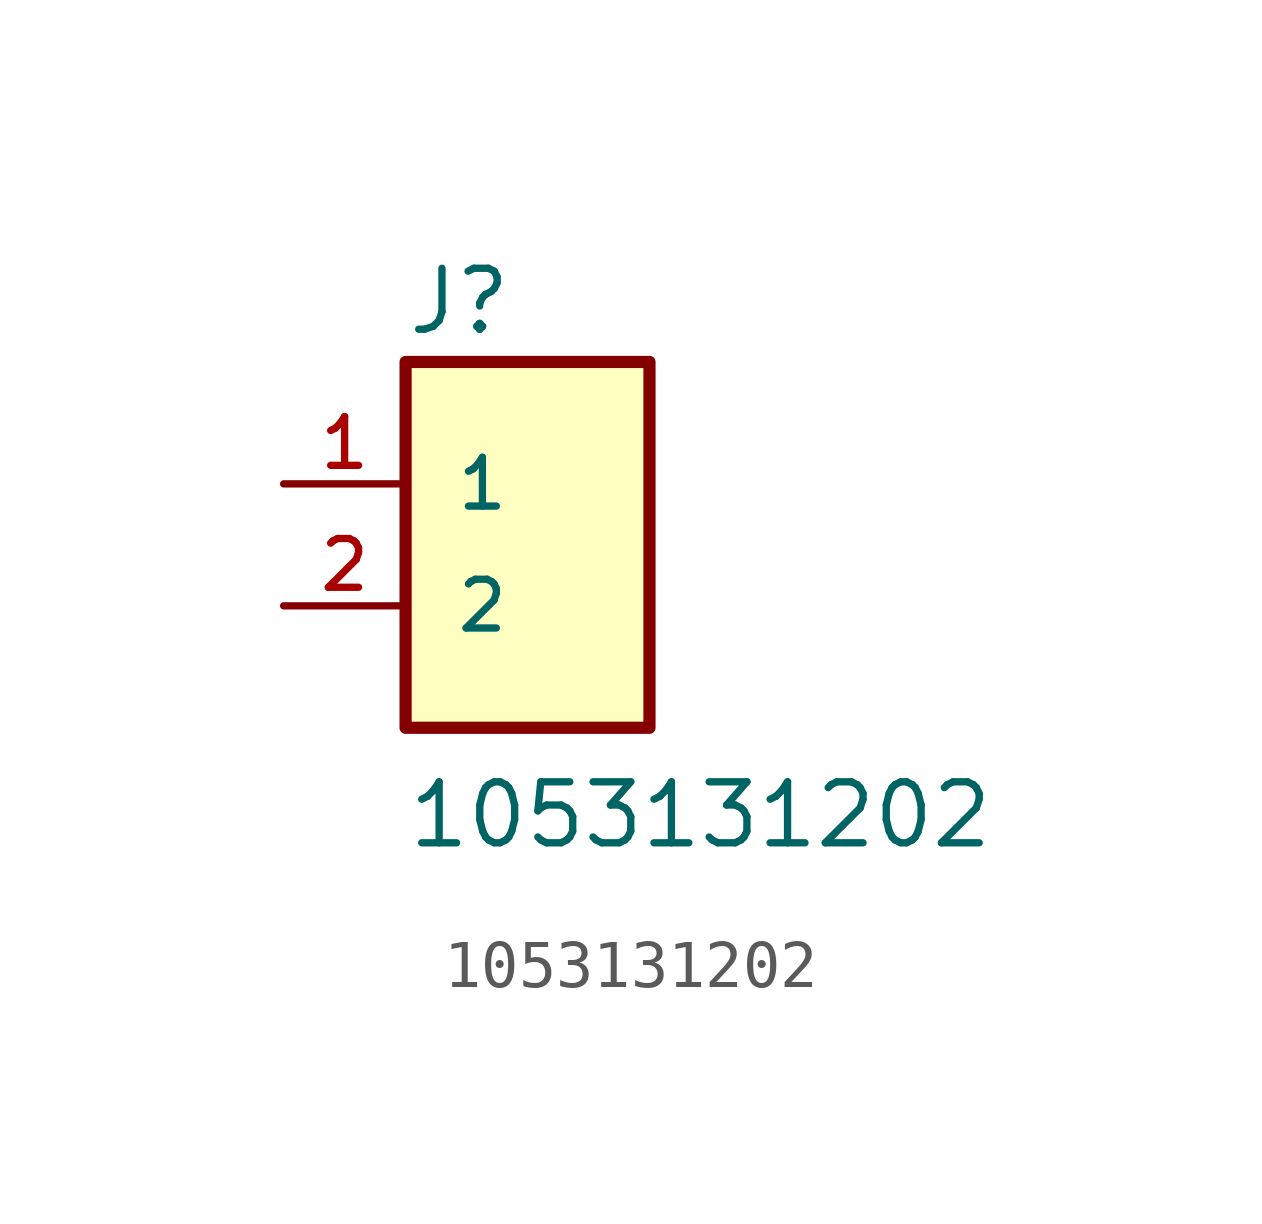
<source format=kicad_sym>
(kicad_symbol_lib
  (version 20211014)
  (generator kicad_symbol_editor)
  (symbol "1053131202"
    (pin_names
      (offset 1.016))
    (property "Reference" "J"
      (at -2.548 3.058 0)
      (effects (font (size 1.27 1.27)) (justify bottom left)))
    (property "Value" "1053131202"
      (at -2.546 -7.639 0)
      (effects (font (size 1.27 1.27)) (justify bottom left)))
    (symbol "1053131202_0_0"
      (rectangle (start -2.54 -5.08) (end 2.54 2.54) (stroke (width 0.254)) (fill (type background)))
      (pin passive line (at -5.08 0.0 0) (length 2.54) (name "1" (effects (font (size 1.016 1.016)))) (number "1" (effects (font (size 1.016 1.016)))))
      (pin passive line (at -5.08 -2.54 0) (length 2.54) (name "2" (effects (font (size 1.016 1.016)))) (number "2" (effects (font (size 1.016 1.016))))))))
</source>
